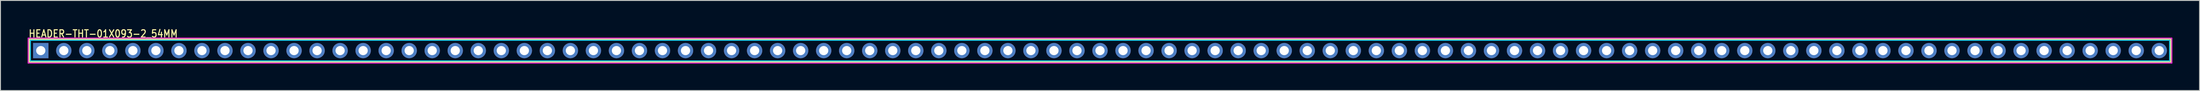
<source format=kicad_pcb>
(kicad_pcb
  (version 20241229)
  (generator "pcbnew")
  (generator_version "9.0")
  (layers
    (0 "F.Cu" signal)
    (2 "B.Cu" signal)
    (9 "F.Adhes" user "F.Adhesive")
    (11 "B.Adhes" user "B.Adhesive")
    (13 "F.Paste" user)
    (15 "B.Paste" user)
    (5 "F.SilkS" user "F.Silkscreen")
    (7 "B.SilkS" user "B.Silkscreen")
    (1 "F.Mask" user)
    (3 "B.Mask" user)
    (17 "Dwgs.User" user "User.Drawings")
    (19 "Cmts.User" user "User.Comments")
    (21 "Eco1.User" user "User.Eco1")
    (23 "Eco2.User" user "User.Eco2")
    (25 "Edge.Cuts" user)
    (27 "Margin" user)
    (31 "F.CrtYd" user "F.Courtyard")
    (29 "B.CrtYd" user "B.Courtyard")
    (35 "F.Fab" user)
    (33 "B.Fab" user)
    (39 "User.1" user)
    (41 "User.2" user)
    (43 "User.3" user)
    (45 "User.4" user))
  (footprint "HEADER-THT-01X093-2_54MM"
    (layer "F.Cu")
    (at 1.447 2.579)
    (property "Reference" "HEADER-THT-01X093-2_54MM" (at -1.4 -1.4 0) (unlocked yes) (layer "F.SilkS") (effects (font (size 0.813 0.695) (thickness 0.122)) (justify left bottom)))
    (fp_line (start -1.27 -1.27) (end -1.27 1.27) (stroke (width 0.127) (type solid)) (layer "F.SilkS"))
    (fp_line (start -1.27 1.27) (end 234.95 1.27) (stroke (width 0.127) (type solid)) (layer "F.SilkS"))
    (fp_line (start 234.95 -1.27) (end -1.27 -1.27) (stroke (width 0.127) (type solid)) (layer "F.SilkS"))
    (fp_line (start 234.95 1.27) (end 234.95 -1.27) (stroke (width 0.127) (type solid)) (layer "F.SilkS"))
    (fp_poly (pts (xy -1.143 -1.143) (xy 234.823 -1.143) (xy 234.823 1.143) (xy -1.143 1.143)) (stroke (width 0.1) (type solid)) (fill no) (layer "B.CrtYd"))
    (fp_poly (pts (xy -1.397 -1.397) (xy 235.077 -1.397) (xy 235.077 1.397) (xy -1.397 1.397)) (stroke (width 0.1) (type solid)) (fill no) (layer "F.CrtYd"))
    (pad "1" thru_hole rect (at 0 0) (size 1.693 1.693) (drill 1.016) (layers "*.Cu" "*.Mask"))
    (pad "2" thru_hole oval (at 2.54 0) (size 1.693 1.693) (drill 1.016) (layers "*.Cu" "*.Mask"))
    (pad "3" thru_hole oval (at 5.08 0) (size 1.693 1.693) (drill 1.016) (layers "*.Cu" "*.Mask"))
    (pad "4" thru_hole oval (at 7.62 0) (size 1.693 1.693) (drill 1.016) (layers "*.Cu" "*.Mask"))
    (pad "5" thru_hole oval (at 10.16 0) (size 1.693 1.693) (drill 1.016) (layers "*.Cu" "*.Mask"))
    (pad "6" thru_hole oval (at 12.7 0) (size 1.693 1.693) (drill 1.016) (layers "*.Cu" "*.Mask"))
    (pad "7" thru_hole oval (at 15.24 0) (size 1.693 1.693) (drill 1.016) (layers "*.Cu" "*.Mask"))
    (pad "8" thru_hole oval (at 17.78 0) (size 1.693 1.693) (drill 1.016) (layers "*.Cu" "*.Mask"))
    (pad "9" thru_hole oval (at 20.32 0) (size 1.693 1.693) (drill 1.016) (layers "*.Cu" "*.Mask"))
    (pad "10" thru_hole oval (at 22.86 0) (size 1.693 1.693) (drill 1.016) (layers "*.Cu" "*.Mask"))
    (pad "11" thru_hole oval (at 25.4 0) (size 1.693 1.693) (drill 1.016) (layers "*.Cu" "*.Mask"))
    (pad "12" thru_hole oval (at 27.94 0) (size 1.693 1.693) (drill 1.016) (layers "*.Cu" "*.Mask"))
    (pad "13" thru_hole oval (at 30.48 0) (size 1.693 1.693) (drill 1.016) (layers "*.Cu" "*.Mask"))
    (pad "14" thru_hole oval (at 33.02 0) (size 1.693 1.693) (drill 1.016) (layers "*.Cu" "*.Mask"))
    (pad "15" thru_hole oval (at 35.56 0) (size 1.693 1.693) (drill 1.016) (layers "*.Cu" "*.Mask"))
    (pad "16" thru_hole oval (at 38.1 0) (size 1.693 1.693) (drill 1.016) (layers "*.Cu" "*.Mask"))
    (pad "17" thru_hole oval (at 40.64 0) (size 1.693 1.693) (drill 1.016) (layers "*.Cu" "*.Mask"))
    (pad "18" thru_hole oval (at 43.18 0) (size 1.693 1.693) (drill 1.016) (layers "*.Cu" "*.Mask"))
    (pad "19" thru_hole oval (at 45.72 0) (size 1.693 1.693) (drill 1.016) (layers "*.Cu" "*.Mask"))
    (pad "20" thru_hole oval (at 48.26 0) (size 1.693 1.693) (drill 1.016) (layers "*.Cu" "*.Mask"))
    (pad "21" thru_hole oval (at 50.8 0) (size 1.693 1.693) (drill 1.016) (layers "*.Cu" "*.Mask"))
    (pad "22" thru_hole oval (at 53.34 0) (size 1.693 1.693) (drill 1.016) (layers "*.Cu" "*.Mask"))
    (pad "23" thru_hole oval (at 55.88 0) (size 1.693 1.693) (drill 1.016) (layers "*.Cu" "*.Mask"))
    (pad "24" thru_hole oval (at 58.42 0) (size 1.693 1.693) (drill 1.016) (layers "*.Cu" "*.Mask"))
    (pad "25" thru_hole oval (at 60.96 0) (size 1.693 1.693) (drill 1.016) (layers "*.Cu" "*.Mask"))
    (pad "26" thru_hole oval (at 63.5 0) (size 1.693 1.693) (drill 1.016) (layers "*.Cu" "*.Mask"))
    (pad "27" thru_hole oval (at 66.04 0) (size 1.693 1.693) (drill 1.016) (layers "*.Cu" "*.Mask"))
    (pad "28" thru_hole oval (at 68.58 0) (size 1.693 1.693) (drill 1.016) (layers "*.Cu" "*.Mask"))
    (pad "29" thru_hole oval (at 71.12 0) (size 1.693 1.693) (drill 1.016) (layers "*.Cu" "*.Mask"))
    (pad "30" thru_hole oval (at 73.66 0) (size 1.693 1.693) (drill 1.016) (layers "*.Cu" "*.Mask"))
    (pad "31" thru_hole oval (at 76.2 0) (size 1.693 1.693) (drill 1.016) (layers "*.Cu" "*.Mask"))
    (pad "32" thru_hole oval (at 78.74 0) (size 1.693 1.693) (drill 1.016) (layers "*.Cu" "*.Mask"))
    (pad "33" thru_hole oval (at 81.28 0) (size 1.693 1.693) (drill 1.016) (layers "*.Cu" "*.Mask"))
    (pad "34" thru_hole oval (at 83.82 0) (size 1.693 1.693) (drill 1.016) (layers "*.Cu" "*.Mask"))
    (pad "35" thru_hole oval (at 86.36 0) (size 1.693 1.693) (drill 1.016) (layers "*.Cu" "*.Mask"))
    (pad "36" thru_hole oval (at 88.9 0) (size 1.693 1.693) (drill 1.016) (layers "*.Cu" "*.Mask"))
    (pad "37" thru_hole oval (at 91.44 0) (size 1.693 1.693) (drill 1.016) (layers "*.Cu" "*.Mask"))
    (pad "38" thru_hole oval (at 93.98 0) (size 1.693 1.693) (drill 1.016) (layers "*.Cu" "*.Mask"))
    (pad "39" thru_hole oval (at 96.52 0) (size 1.693 1.693) (drill 1.016) (layers "*.Cu" "*.Mask"))
    (pad "40" thru_hole oval (at 99.06 0) (size 1.693 1.693) (drill 1.016) (layers "*.Cu" "*.Mask"))
    (pad "41" thru_hole oval (at 101.6 0) (size 1.693 1.693) (drill 1.016) (layers "*.Cu" "*.Mask"))
    (pad "42" thru_hole oval (at 104.14 0) (size 1.693 1.693) (drill 1.016) (layers "*.Cu" "*.Mask"))
    (pad "43" thru_hole oval (at 106.68 0) (size 1.693 1.693) (drill 1.016) (layers "*.Cu" "*.Mask"))
    (pad "44" thru_hole oval (at 109.22 0) (size 1.693 1.693) (drill 1.016) (layers "*.Cu" "*.Mask"))
    (pad "45" thru_hole oval (at 111.76 0) (size 1.693 1.693) (drill 1.016) (layers "*.Cu" "*.Mask"))
    (pad "46" thru_hole oval (at 114.3 0) (size 1.693 1.693) (drill 1.016) (layers "*.Cu" "*.Mask"))
    (pad "47" thru_hole oval (at 116.84 0) (size 1.693 1.693) (drill 1.016) (layers "*.Cu" "*.Mask"))
    (pad "48" thru_hole oval (at 119.38 0) (size 1.693 1.693) (drill 1.016) (layers "*.Cu" "*.Mask"))
    (pad "49" thru_hole oval (at 121.92 0) (size 1.693 1.693) (drill 1.016) (layers "*.Cu" "*.Mask"))
    (pad "50" thru_hole oval (at 124.46 0) (size 1.693 1.693) (drill 1.016) (layers "*.Cu" "*.Mask"))
    (pad "51" thru_hole oval (at 127 0) (size 1.693 1.693) (drill 1.016) (layers "*.Cu" "*.Mask"))
    (pad "52" thru_hole oval (at 129.54 0) (size 1.693 1.693) (drill 1.016) (layers "*.Cu" "*.Mask"))
    (pad "53" thru_hole oval (at 132.08 0) (size 1.693 1.693) (drill 1.016) (layers "*.Cu" "*.Mask"))
    (pad "54" thru_hole oval (at 134.62 0) (size 1.693 1.693) (drill 1.016) (layers "*.Cu" "*.Mask"))
    (pad "55" thru_hole oval (at 137.16 0) (size 1.693 1.693) (drill 1.016) (layers "*.Cu" "*.Mask"))
    (pad "56" thru_hole oval (at 139.7 0) (size 1.693 1.693) (drill 1.016) (layers "*.Cu" "*.Mask"))
    (pad "57" thru_hole oval (at 142.24 0) (size 1.693 1.693) (drill 1.016) (layers "*.Cu" "*.Mask"))
    (pad "58" thru_hole oval (at 144.78 0) (size 1.693 1.693) (drill 1.016) (layers "*.Cu" "*.Mask"))
    (pad "59" thru_hole oval (at 147.32 0) (size 1.693 1.693) (drill 1.016) (layers "*.Cu" "*.Mask"))
    (pad "60" thru_hole oval (at 149.86 0) (size 1.693 1.693) (drill 1.016) (layers "*.Cu" "*.Mask"))
    (pad "61" thru_hole oval (at 152.4 0) (size 1.693 1.693) (drill 1.016) (layers "*.Cu" "*.Mask"))
    (pad "62" thru_hole oval (at 154.94 0) (size 1.693 1.693) (drill 1.016) (layers "*.Cu" "*.Mask"))
    (pad "63" thru_hole oval (at 157.48 0) (size 1.693 1.693) (drill 1.016) (layers "*.Cu" "*.Mask"))
    (pad "64" thru_hole oval (at 160.02 0) (size 1.693 1.693) (drill 1.016) (layers "*.Cu" "*.Mask"))
    (pad "65" thru_hole oval (at 162.56 0) (size 1.693 1.693) (drill 1.016) (layers "*.Cu" "*.Mask"))
    (pad "66" thru_hole oval (at 165.1 0) (size 1.693 1.693) (drill 1.016) (layers "*.Cu" "*.Mask"))
    (pad "67" thru_hole oval (at 167.64 0) (size 1.693 1.693) (drill 1.016) (layers "*.Cu" "*.Mask"))
    (pad "68" thru_hole oval (at 170.18 0) (size 1.693 1.693) (drill 1.016) (layers "*.Cu" "*.Mask"))
    (pad "69" thru_hole oval (at 172.72 0) (size 1.693 1.693) (drill 1.016) (layers "*.Cu" "*.Mask"))
    (pad "70" thru_hole oval (at 175.26 0) (size 1.693 1.693) (drill 1.016) (layers "*.Cu" "*.Mask"))
    (pad "71" thru_hole oval (at 177.8 0) (size 1.693 1.693) (drill 1.016) (layers "*.Cu" "*.Mask"))
    (pad "72" thru_hole oval (at 180.34 0) (size 1.693 1.693) (drill 1.016) (layers "*.Cu" "*.Mask"))
    (pad "73" thru_hole oval (at 182.88 0) (size 1.693 1.693) (drill 1.016) (layers "*.Cu" "*.Mask"))
    (pad "74" thru_hole oval (at 185.42 0) (size 1.693 1.693) (drill 1.016) (layers "*.Cu" "*.Mask"))
    (pad "75" thru_hole oval (at 187.96 0) (size 1.693 1.693) (drill 1.016) (layers "*.Cu" "*.Mask"))
    (pad "76" thru_hole oval (at 190.5 0) (size 1.693 1.693) (drill 1.016) (layers "*.Cu" "*.Mask"))
    (pad "77" thru_hole oval (at 193.04 0) (size 1.693 1.693) (drill 1.016) (layers "*.Cu" "*.Mask"))
    (pad "78" thru_hole oval (at 195.58 0) (size 1.693 1.693) (drill 1.016) (layers "*.Cu" "*.Mask"))
    (pad "79" thru_hole oval (at 198.12 0) (size 1.693 1.693) (drill 1.016) (layers "*.Cu" "*.Mask"))
    (pad "80" thru_hole oval (at 200.66 0) (size 1.693 1.693) (drill 1.016) (layers "*.Cu" "*.Mask"))
    (pad "81" thru_hole oval (at 203.2 0) (size 1.693 1.693) (drill 1.016) (layers "*.Cu" "*.Mask"))
    (pad "82" thru_hole oval (at 205.74 0) (size 1.693 1.693) (drill 1.016) (layers "*.Cu" "*.Mask"))
    (pad "83" thru_hole oval (at 208.28 0) (size 1.693 1.693) (drill 1.016) (layers "*.Cu" "*.Mask"))
    (pad "84" thru_hole oval (at 210.82 0) (size 1.693 1.693) (drill 1.016) (layers "*.Cu" "*.Mask"))
    (pad "85" thru_hole oval (at 213.36 0) (size 1.693 1.693) (drill 1.016) (layers "*.Cu" "*.Mask"))
    (pad "86" thru_hole oval (at 215.9 0) (size 1.693 1.693) (drill 1.016) (layers "*.Cu" "*.Mask"))
    (pad "87" thru_hole oval (at 218.44 0) (size 1.693 1.693) (drill 1.016) (layers "*.Cu" "*.Mask"))
    (pad "88" thru_hole oval (at 220.98 0) (size 1.693 1.693) (drill 1.016) (layers "*.Cu" "*.Mask"))
    (pad "89" thru_hole oval (at 223.52 0) (size 1.693 1.693) (drill 1.016) (layers "*.Cu" "*.Mask"))
    (pad "90" thru_hole oval (at 226.06 0) (size 1.693 1.693) (drill 1.016) (layers "*.Cu" "*.Mask"))
    (pad "91" thru_hole oval (at 228.6 0) (size 1.693 1.693) (drill 1.016) (layers "*.Cu" "*.Mask"))
    (pad "92" thru_hole oval (at 231.14 0) (size 1.693 1.693) (drill 1.016) (layers "*.Cu" "*.Mask"))
    (pad "93" thru_hole oval (at 233.68 0) (size 1.693 1.693) (drill 1.016) (layers "*.Cu" "*.Mask")))
  (gr_rect
    (start -3 -3)
    (end 239.574 7.026)
    (stroke (width 0.1) (type default))
    (fill no)
    (layer "Edge.Cuts")))
</source>
